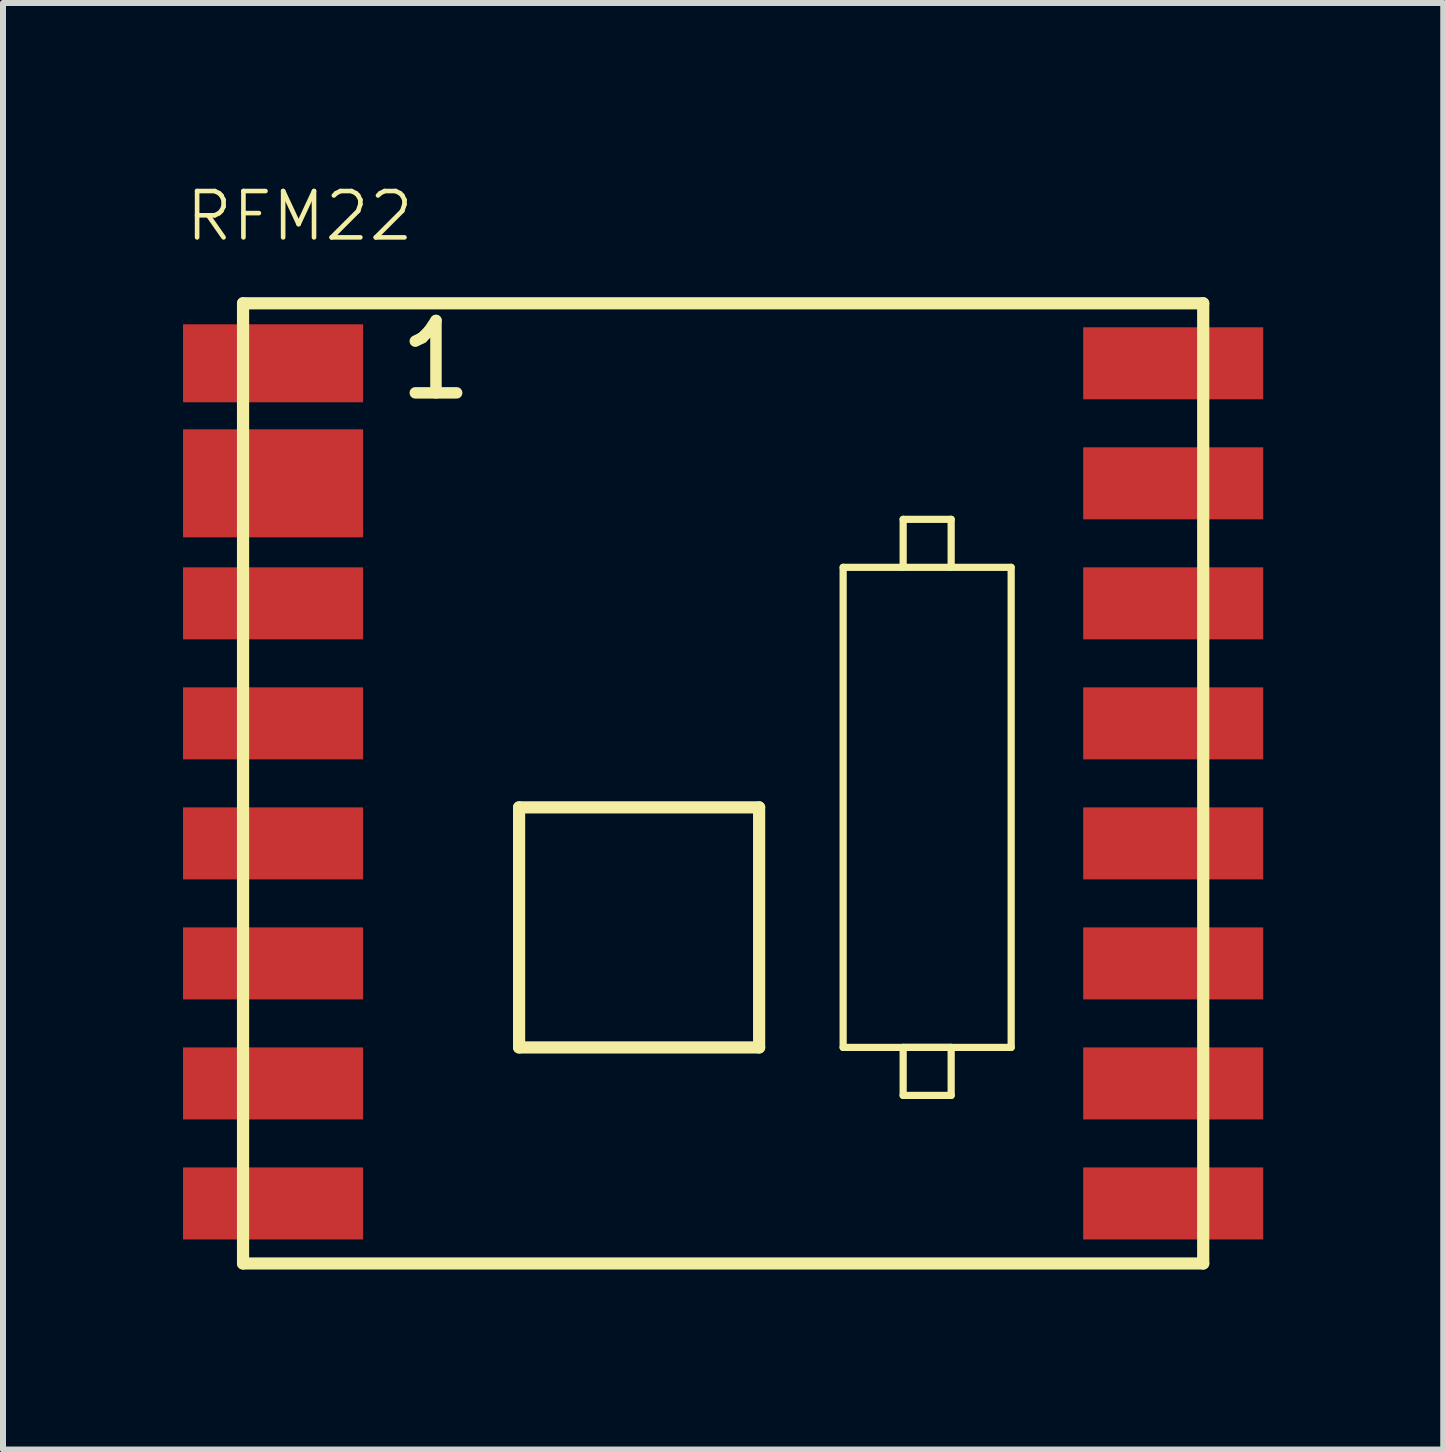
<source format=kicad_pcb>
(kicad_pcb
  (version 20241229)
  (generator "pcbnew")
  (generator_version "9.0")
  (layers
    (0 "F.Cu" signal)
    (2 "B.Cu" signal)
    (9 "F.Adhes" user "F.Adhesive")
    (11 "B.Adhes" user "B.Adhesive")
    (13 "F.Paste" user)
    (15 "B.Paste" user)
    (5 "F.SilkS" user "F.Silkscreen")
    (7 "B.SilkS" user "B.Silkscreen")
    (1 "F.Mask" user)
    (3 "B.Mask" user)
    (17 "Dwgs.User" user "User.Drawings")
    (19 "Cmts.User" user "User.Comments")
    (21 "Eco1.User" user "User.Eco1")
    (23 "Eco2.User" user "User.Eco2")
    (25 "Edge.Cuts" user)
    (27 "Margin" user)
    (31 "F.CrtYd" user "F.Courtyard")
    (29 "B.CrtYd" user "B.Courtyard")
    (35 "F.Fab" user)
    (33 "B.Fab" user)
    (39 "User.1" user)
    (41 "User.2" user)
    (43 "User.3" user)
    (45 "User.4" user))
  (footprint "RFM22"
    (layer "F.Cu")
    (at 9 10.004)
    (property "Reference" "RFM22" (at -9 -9 0) (layer "F.SilkS") (effects (font (size 0.772 0.772) (thickness 0.077)) (justify left bottom)))
    (attr through_hole)
    (fp_line (start -8 -8) (end 8 -8) (stroke (width 0.203) (type solid)) (layer "F.SilkS"))
    (fp_line (start -8 8) (end -8 -8) (stroke (width 0.203) (type solid)) (layer "F.SilkS"))
    (fp_line (start -3.4 0.4) (end -3.4 4.4) (stroke (width 0.203) (type solid)) (layer "F.SilkS"))
    (fp_line (start -3.4 4.4) (end 0.6 4.4) (stroke (width 0.203) (type solid)) (layer "F.SilkS"))
    (fp_line (start 0.6 0.4) (end -3.4 0.4) (stroke (width 0.203) (type solid)) (layer "F.SilkS"))
    (fp_line (start 0.6 4.4) (end 0.6 0.4) (stroke (width 0.203) (type solid)) (layer "F.SilkS"))
    (fp_line (start 2 -3.6) (end 2 4.4) (stroke (width 0.12) (type solid)) (layer "F.SilkS"))
    (fp_line (start 2 4.4) (end 4.8 4.4) (stroke (width 0.12) (type solid)) (layer "F.SilkS"))
    (fp_line (start 3 -4.4) (end 3 -3.6) (stroke (width 0.12) (type solid)) (layer "F.SilkS"))
    (fp_line (start 3 4.4) (end 3 5.2) (stroke (width 0.12) (type solid)) (layer "F.SilkS"))
    (fp_line (start 3 5.2) (end 3.8 5.2) (stroke (width 0.12) (type solid)) (layer "F.SilkS"))
    (fp_line (start 3.8 -4.4) (end 3 -4.4) (stroke (width 0.12) (type solid)) (layer "F.SilkS"))
    (fp_line (start 3.8 -3.6) (end 3.8 -4.4) (stroke (width 0.12) (type solid)) (layer "F.SilkS"))
    (fp_line (start 3.8 4.4) (end 3 4.4) (stroke (width 0.12) (type solid)) (layer "F.SilkS"))
    (fp_line (start 3.8 5.2) (end 3.8 4.4) (stroke (width 0.12) (type solid)) (layer "F.SilkS"))
    (fp_line (start 4.8 -3.6) (end 2 -3.6) (stroke (width 0.12) (type solid)) (layer "F.SilkS"))
    (fp_line (start 4.8 4.4) (end 4.8 -3.6) (stroke (width 0.12) (type solid)) (layer "F.SilkS"))
    (fp_line (start 8 -8) (end 8 8) (stroke (width 0.203) (type solid)) (layer "F.SilkS"))
    (fp_line (start 8 8) (end -8 8) (stroke (width 0.203) (type solid)) (layer "F.SilkS"))
    (fp_text user "1" (at -5.485 -6.35 0) (layer "F.SilkS") (effects (font (size 1.206 1.206) (thickness 0.191)) (justify left bottom)))
    (pad "1" smd rect (at -7.5 -7) (size 3 1.3) (layers "F.Cu" "F.Mask" "F.Paste"))
    (pad "2" smd rect (at -7.5 -5) (size 3 1.8) (layers "F.Cu" "F.Mask" "F.Paste"))
    (pad "3" smd rect (at -7.5 -3) (size 3 1.2) (layers "F.Cu" "F.Mask" "F.Paste"))
    (pad "4" smd rect (at -7.5 -1) (size 3 1.2) (layers "F.Cu" "F.Mask" "F.Paste"))
    (pad "5" smd rect (at -7.5 1) (size 3 1.2) (layers "F.Cu" "F.Mask" "F.Paste"))
    (pad "6" smd rect (at -7.5 3) (size 3 1.2) (layers "F.Cu" "F.Mask" "F.Paste"))
    (pad "7" smd rect (at -7.5 5) (size 3 1.2) (layers "F.Cu" "F.Mask" "F.Paste"))
    (pad "8" smd rect (at -7.5 7) (size 3 1.2) (layers "F.Cu" "F.Mask" "F.Paste"))
    (pad "9" smd rect (at 7.5 7) (size 3 1.2) (layers "F.Cu" "F.Mask" "F.Paste"))
    (pad "10" smd rect (at 7.5 5) (size 3 1.2) (layers "F.Cu" "F.Mask" "F.Paste"))
    (pad "11" smd rect (at 7.5 3) (size 3 1.2) (layers "F.Cu" "F.Mask" "F.Paste"))
    (pad "12" smd rect (at 7.5 1) (size 3 1.2) (layers "F.Cu" "F.Mask" "F.Paste"))
    (pad "13" smd rect (at 7.5 -1) (size 3 1.2) (layers "F.Cu" "F.Mask" "F.Paste"))
    (pad "14" smd rect (at 7.5 -3) (size 3 1.2) (layers "F.Cu" "F.Mask" "F.Paste"))
    (pad "15" smd rect (at 7.5 -5) (size 3 1.2) (layers "F.Cu" "F.Mask" "F.Paste"))
    (pad "16" smd rect (at 7.5 -7) (size 3 1.2) (layers "F.Cu" "F.Mask" "F.Paste")))
  (gr_rect
    (start -3 -3)
    (end 21 21.105)
    (stroke (width 0.1) (type default))
    (fill no)
    (layer "Edge.Cuts")))
</source>
